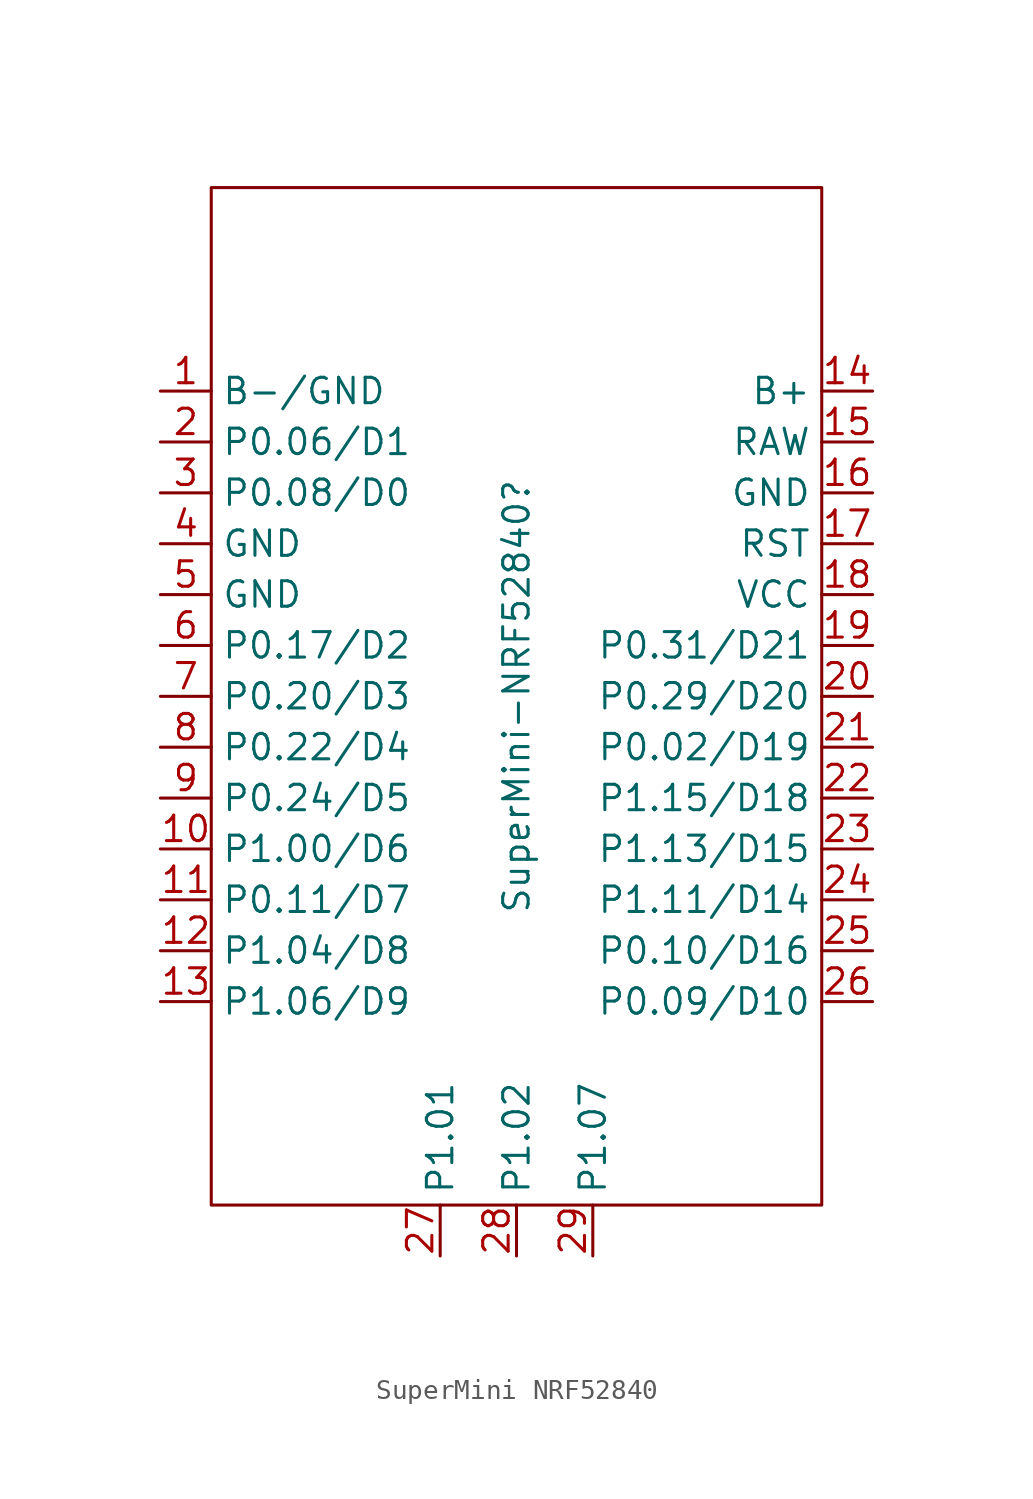
<source format=kicad_sym>
(kicad_symbol_lib
  (version 20241209)
  (generator "kicad_symbol_editor")
  (generator_version "9.0")
  (symbol "SuperMini NRF52840"
    (property "Reference" "SuperMini-NRF52840"
      (at 0 0 90)
      (effects (font (size 1.27 1.27))))
    (property "Value" ""
      (at 0 0 0)
      (effects (font (size 1.27 1.27))))
    (symbol "SuperMini NRF52840_0_1"
      (rectangle (start -15.24 25.4) (end 15.24 -25.4) (stroke (width 0) (type default)) (fill (type none))))
    (symbol "SuperMini NRF52840_1_1"
      (pin input line (at -17.78 15.24 0) (length 2.54) (name "B-/GND" (effects (font (size 1.27 1.27)))) (number "1" (effects (font (size 1.27 1.27)))))
      (pin input line (at -17.78 12.7 0) (length 2.54) (name "P0.06/D1" (effects (font (size 1.27 1.27)))) (number "2" (effects (font (size 1.27 1.27)))))
      (pin input line (at -17.78 10.16 0) (length 2.54) (name "P0.08/D0" (effects (font (size 1.27 1.27)))) (number "3" (effects (font (size 1.27 1.27)))))
      (pin input line (at -17.78 7.62 0) (length 2.54) (name "GND" (effects (font (size 1.27 1.27)))) (number "4" (effects (font (size 1.27 1.27)))))
      (pin input line (at -17.78 5.08 0) (length 2.54) (name "GND" (effects (font (size 1.27 1.27)))) (number "5" (effects (font (size 1.27 1.27)))))
      (pin input line (at -17.78 2.54 0) (length 2.54) (name "P0.17/D2" (effects (font (size 1.27 1.27)))) (number "6" (effects (font (size 1.27 1.27)))))
      (pin input line (at -17.78 0 0) (length 2.54) (name "P0.20/D3" (effects (font (size 1.27 1.27)))) (number "7" (effects (font (size 1.27 1.27)))))
      (pin input line (at -17.78 -2.54 0) (length 2.54) (name "P0.22/D4" (effects (font (size 1.27 1.27)))) (number "8" (effects (font (size 1.27 1.27)))))
      (pin input line (at -17.78 -5.08 0) (length 2.54) (name "P0.24/D5" (effects (font (size 1.27 1.27)))) (number "9" (effects (font (size 1.27 1.27)))))
      (pin input line (at -17.78 -7.62 0) (length 2.54) (name "P1.00/D6" (effects (font (size 1.27 1.27)))) (number "10" (effects (font (size 1.27 1.27)))))
      (pin input line (at -17.78 -10.16 0) (length 2.54) (name "P0.11/D7" (effects (font (size 1.27 1.27)))) (number "11" (effects (font (size 1.27 1.27)))))
      (pin input line (at -17.78 -12.7 0) (length 2.54) (name "P1.04/D8" (effects (font (size 1.27 1.27)))) (number "12" (effects (font (size 1.27 1.27)))))
      (pin input line (at -17.78 -15.24 0) (length 2.54) (name "P1.06/D9" (effects (font (size 1.27 1.27)))) (number "13" (effects (font (size 1.27 1.27)))))
      (pin input line (at -3.81 -27.94 90) (length 2.54) (name "P1.01" (effects (font (size 1.27 1.27)))) (number "27" (effects (font (size 1.27 1.27)))))
      (pin input line (at 0 -27.94 90) (length 2.54) (name "P1.02" (effects (font (size 1.27 1.27)))) (number "28" (effects (font (size 1.27 1.27)))))
      (pin input line (at 3.81 -27.94 90) (length 2.54) (name "P1.07" (effects (font (size 1.27 1.27)))) (number "29" (effects (font (size 1.27 1.27)))))
      (pin input line (at 17.78 15.24 180) (length 2.54) (name "B+" (effects (font (size 1.27 1.27)))) (number "14" (effects (font (size 1.27 1.27)))))
      (pin input line (at 17.78 12.7 180) (length 2.54) (name "RAW" (effects (font (size 1.27 1.27)))) (number "15" (effects (font (size 1.27 1.27)))))
      (pin input line (at 17.78 10.16 180) (length 2.54) (name "GND" (effects (font (size 1.27 1.27)))) (number "16" (effects (font (size 1.27 1.27)))))
      (pin input line (at 17.78 7.62 180) (length 2.54) (name "RST" (effects (font (size 1.27 1.27)))) (number "17" (effects (font (size 1.27 1.27)))))
      (pin input line (at 17.78 5.08 180) (length 2.54) (name "VCC" (effects (font (size 1.27 1.27)))) (number "18" (effects (font (size 1.27 1.27)))))
      (pin input line (at 17.78 2.54 180) (length 2.54) (name "P0.31/D21" (effects (font (size 1.27 1.27)))) (number "19" (effects (font (size 1.27 1.27)))))
      (pin input line (at 17.78 0 180) (length 2.54) (name "P0.29/D20" (effects (font (size 1.27 1.27)))) (number "20" (effects (font (size 1.27 1.27)))))
      (pin input line (at 17.78 -2.54 180) (length 2.54) (name "P0.02/D19" (effects (font (size 1.27 1.27)))) (number "21" (effects (font (size 1.27 1.27)))))
      (pin input line (at 17.78 -5.08 180) (length 2.54) (name "P1.15/D18" (effects (font (size 1.27 1.27)))) (number "22" (effects (font (size 1.27 1.27)))))
      (pin input line (at 17.78 -7.62 180) (length 2.54) (name "P1.13/D15" (effects (font (size 1.27 1.27)))) (number "23" (effects (font (size 1.27 1.27)))))
      (pin input line (at 17.78 -10.16 180) (length 2.54) (name "P1.11/D14" (effects (font (size 1.27 1.27)))) (number "24" (effects (font (size 1.27 1.27)))))
      (pin input line (at 17.78 -12.7 180) (length 2.54) (name "P0.10/D16" (effects (font (size 1.27 1.27)))) (number "25" (effects (font (size 1.27 1.27)))))
      (pin input line (at 17.78 -15.24 180) (length 2.54) (name "P0.09/D10" (effects (font (size 1.27 1.27)))) (number "26" (effects (font (size 1.27 1.27))))))))
</source>
